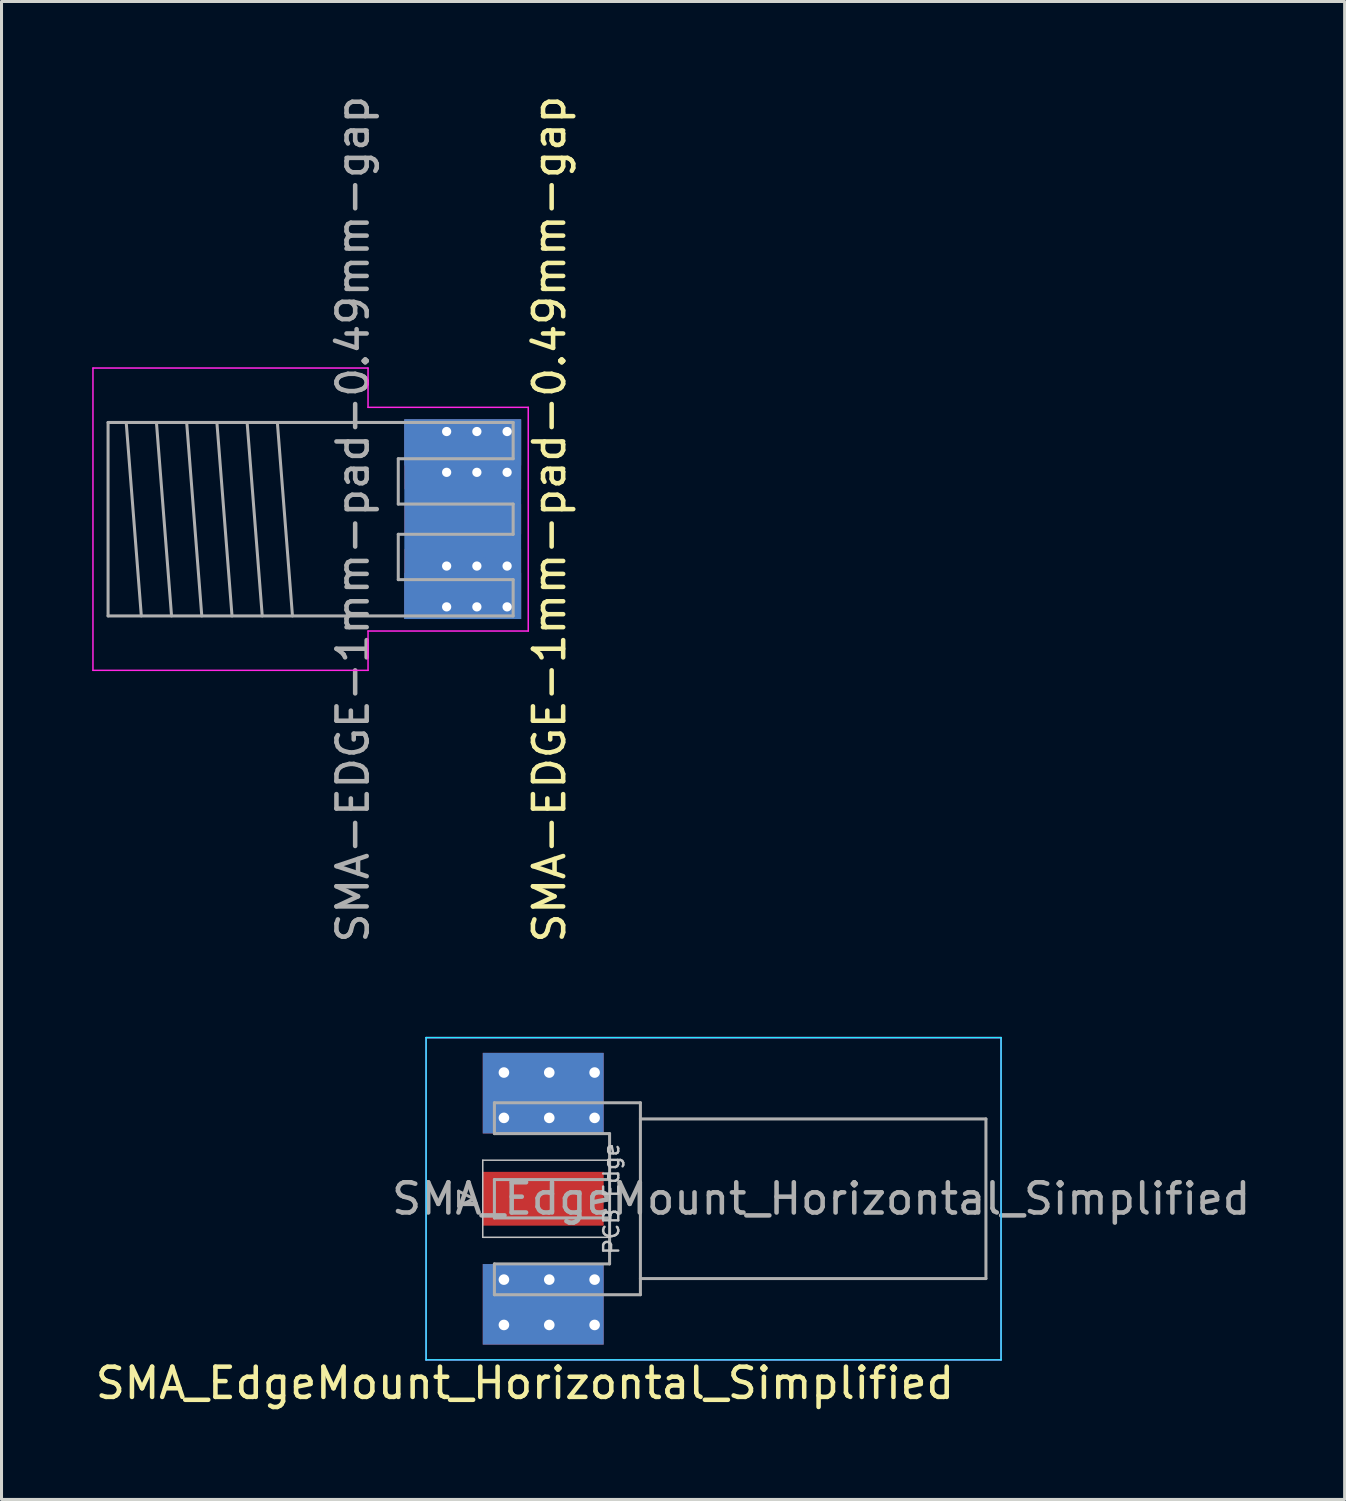
<source format=kicad_pcb>
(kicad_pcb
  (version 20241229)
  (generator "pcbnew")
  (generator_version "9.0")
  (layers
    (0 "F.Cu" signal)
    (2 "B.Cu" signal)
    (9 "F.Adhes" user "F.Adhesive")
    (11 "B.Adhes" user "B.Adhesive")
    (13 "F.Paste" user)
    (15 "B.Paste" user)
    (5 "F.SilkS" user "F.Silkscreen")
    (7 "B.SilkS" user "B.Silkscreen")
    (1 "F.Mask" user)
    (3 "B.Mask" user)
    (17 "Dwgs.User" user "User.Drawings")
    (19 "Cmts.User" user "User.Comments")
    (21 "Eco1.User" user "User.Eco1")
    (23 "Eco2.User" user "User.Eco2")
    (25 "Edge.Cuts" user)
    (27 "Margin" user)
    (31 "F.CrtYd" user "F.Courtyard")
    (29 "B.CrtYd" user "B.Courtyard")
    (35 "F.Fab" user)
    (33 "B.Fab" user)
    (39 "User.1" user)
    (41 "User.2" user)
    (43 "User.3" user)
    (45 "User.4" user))
  (footprint "SMA_EdgeMount_Horizontal_Simplified"
    (layer "F.Cu")
    (at 17.12 36.605)
    (property "Reference" "SMA_EdgeMount_Horizontal_Simplified" (at -2.805 6.1 0) (layer "F.SilkS") (effects (font (size 1 1) (thickness 0.15))))
    (attr smd)
    (fp_line (start -4.2 -1.275) (end -4.2 1.275) (stroke (width 0.05) (type solid)) (layer "Dwgs.User"))
    (fp_line (start -4.2 1.275) (end 0 1.275) (stroke (width 0.05) (type solid)) (layer "Dwgs.User"))
    (fp_line (start 0 -1.275) (end -4.2 -1.275) (stroke (width 0.05) (type solid)) (layer "Dwgs.User"))
    (fp_line (start 0 1.275) (end 0 -1.275) (stroke (width 0.05) (type solid)) (layer "Dwgs.User"))
    (fp_line (start -6.075 -5.33) (end -6.075 5.33) (stroke (width 0.05) (type solid)) (layer "B.CrtYd"))
    (fp_line (start -6.075 -5.33) (end 12.945 -5.33) (stroke (width 0.05) (type solid)) (layer "B.CrtYd"))
    (fp_line (start 12.945 -5.33) (end 12.945 5.33) (stroke (width 0.05) (type solid)) (layer "B.CrtYd"))
    (fp_line (start 12.945 5.33) (end -6.075 5.33) (stroke (width 0.05) (type solid)) (layer "B.CrtYd"))
    (fp_line (start -6.075 -5.33) (end -6.075 5.33) (stroke (width 0.05) (type solid)) (layer "F.CrtYd"))
    (fp_line (start -6.075 -5.33) (end 12.945 -5.33) (stroke (width 0.05) (type solid)) (layer "F.CrtYd"))
    (fp_line (start 12.945 -5.33) (end 12.945 5.33) (stroke (width 0.05) (type solid)) (layer "F.CrtYd"))
    (fp_line (start 12.945 5.33) (end -6.075 5.33) (stroke (width 0.05) (type solid)) (layer "F.CrtYd"))
    (fp_line (start -5 -0.25) (end -4.5 0) (stroke (width 0.1) (type solid)) (layer "F.Fab"))
    (fp_line (start -5 0.25) (end -5 -0.25) (stroke (width 0.1) (type solid)) (layer "F.Fab"))
    (fp_line (start -4.5 0) (end -5 0.25) (stroke (width 0.1) (type solid)) (layer "F.Fab"))
    (fp_line (start -3.815 -3.175) (end -3.815 -2.155) (stroke (width 0.1) (type solid)) (layer "F.Fab"))
    (fp_line (start -3.815 -3.175) (end 1.015 -3.175) (stroke (width 0.1) (type solid)) (layer "F.Fab"))
    (fp_line (start -3.815 -0.635) (end -3.815 0.635) (stroke (width 0.1) (type solid)) (layer "F.Fab"))
    (fp_line (start -3.815 3.175) (end -3.815 2.155) (stroke (width 0.1) (type solid)) (layer "F.Fab"))
    (fp_line (start -0.005 -2.155) (end -3.815 -2.155) (stroke (width 0.1) (type solid)) (layer "F.Fab"))
    (fp_line (start -0.005 -2.155) (end -0.005 2.155) (stroke (width 0.1) (type solid)) (layer "F.Fab"))
    (fp_line (start -0.005 -0.635) (end -3.815 -0.635) (stroke (width 0.1) (type solid)) (layer "F.Fab"))
    (fp_line (start -0.005 0.635) (end -3.815 0.635) (stroke (width 0.1) (type solid)) (layer "F.Fab"))
    (fp_line (start -0.005 2.155) (end -3.815 2.155) (stroke (width 0.1) (type solid)) (layer "F.Fab"))
    (fp_line (start 1.015 -3.175) (end 1.015 3.175) (stroke (width 0.1) (type solid)) (layer "F.Fab"))
    (fp_line (start 1.015 3.175) (end -3.815 3.175) (stroke (width 0.1) (type solid)) (layer "F.Fab"))
    (fp_line (start 12.445 -2.64) (end 1.015 -2.64) (stroke (width 0.1) (type solid)) (layer "F.Fab"))
    (fp_line (start 12.445 -2.64) (end 12.445 2.64) (stroke (width 0.1) (type solid)) (layer "F.Fab"))
    (fp_line (start 12.445 2.64) (end 1.015 2.64) (stroke (width 0.1) (type solid)) (layer "F.Fab"))
    (fp_text user "PCB Edge" (at 0.055 0 270) (layer "Dwgs.User") (effects (font (size 0.5 0.5) (thickness 0.08))))
    (fp_text user "${REFERENCE}" (at 6.995 0 0) (layer "F.Fab") (effects (font (size 1 1) (thickness 0.15))))
    (pad "1" smd rect (at -2.2 0) (size 4 1.78) (layers "F.Cu" "F.Mask" "F.Paste"))
    (pad "2" thru_hole circle (at -3.5 -4.175) (size 0.55 0.55) (drill 0.35) (layers "*.Cu" "*.Mask"))
    (pad "2" thru_hole circle (at -3.5 -2.675) (size 0.55 0.55) (drill 0.35) (layers "*.Cu" "*.Mask"))
    (pad "2" thru_hole circle (at -3.5 2.675) (size 0.55 0.55) (drill 0.35) (layers "*.Cu" "*.Mask"))
    (pad "2" thru_hole circle (at -3.5 4.175) (size 0.55 0.55) (drill 0.35) (layers "*.Cu" "*.Mask"))
    (pad "2" smd rect (at -2.2 -3.493) (size 4 2.665) (layers "F.Cu" "F.Mask" "F.Paste"))
    (pad "2" smd rect (at -2.2 -3.493) (size 4 2.665) (layers "B.Cu" "B.Mask" "B.Paste"))
    (pad "2" smd rect (at -2.2 3.493) (size 4 2.665) (layers "F.Cu" "F.Mask" "F.Paste"))
    (pad "2" smd rect (at -2.2 3.493) (size 4 2.665) (layers "B.Cu" "B.Mask" "B.Paste"))
    (pad "2" thru_hole circle (at -2 -4.175) (size 0.55 0.55) (drill 0.35) (layers "*.Cu" "*.Mask"))
    (pad "2" thru_hole circle (at -2 -2.675) (size 0.55 0.55) (drill 0.35) (layers "*.Cu" "*.Mask"))
    (pad "2" thru_hole circle (at -2 2.675) (size 0.55 0.55) (drill 0.35) (layers "*.Cu" "*.Mask"))
    (pad "2" thru_hole circle (at -2 4.175) (size 0.55 0.55) (drill 0.35) (layers "*.Cu" "*.Mask"))
    (pad "2" thru_hole circle (at -0.5 -4.175) (size 0.55 0.55) (drill 0.35) (layers "*.Cu" "*.Mask"))
    (pad "2" thru_hole circle (at -0.5 -2.675) (size 0.55 0.55) (drill 0.35) (layers "*.Cu" "*.Mask"))
    (pad "2" thru_hole circle (at -0.5 2.675) (size 0.55 0.55) (drill 0.35) (layers "*.Cu" "*.Mask"))
    (pad "2" thru_hole circle (at -0.5 4.175) (size 0.55 0.55) (drill 0.35) (layers "*.Cu" "*.Mask")))
  (footprint "SMA-EDGE-1mm-pad-0.49mm-gap"
    (layer "F.Cu")
    (at 10.125 14.125)
    (property "Reference" "SMA-EDGE-1mm-pad-0.49mm-gap" (at 5 0 90) (layer "F.SilkS") (effects (font (size 1 1) (thickness 0.15))))
    (attr through_hole)
    (fp_line (start -10.1 -5) (end -10.1 5) (stroke (width 0.05) (type solid)) (layer "F.CrtYd"))
    (fp_line (start -10.1 -5) (end -1 -5) (stroke (width 0.05) (type solid)) (layer "F.CrtYd"))
    (fp_line (start -10.1 5) (end -1 5) (stroke (width 0.05) (type solid)) (layer "F.CrtYd"))
    (fp_line (start -1 -5) (end -1 -3.7) (stroke (width 0.05) (type solid)) (layer "F.CrtYd"))
    (fp_line (start -1 3.7) (end 4.3 3.7) (stroke (width 0.05) (type solid)) (layer "F.CrtYd"))
    (fp_line (start -1 5) (end -1 3.7) (stroke (width 0.05) (type solid)) (layer "F.CrtYd"))
    (fp_line (start 4.3 -3.7) (end -1 -3.7) (stroke (width 0.05) (type solid)) (layer "F.CrtYd"))
    (fp_line (start 4.3 3.7) (end 4.3 -3.7) (stroke (width 0.05) (type solid)) (layer "F.CrtYd"))
    (fp_line (start -9.6 -3.2) (end 3.8 -3.2) (stroke (width 0.1) (type solid)) (layer "F.Fab"))
    (fp_line (start -9.6 3.2) (end -9.6 -3.2) (stroke (width 0.1) (type solid)) (layer "F.Fab"))
    (fp_line (start -9.6 3.2) (end 3.8 3.2) (stroke (width 0.1) (type solid)) (layer "F.Fab"))
    (fp_line (start -9 -3.2) (end -8.5 3.2) (stroke (width 0.1) (type solid)) (layer "F.Fab"))
    (fp_line (start -8 -3.2) (end -7.5 3.2) (stroke (width 0.1) (type solid)) (layer "F.Fab"))
    (fp_line (start -7 -3.2) (end -6.5 3.2) (stroke (width 0.1) (type solid)) (layer "F.Fab"))
    (fp_line (start -6 -3.2) (end -5.5 3.2) (stroke (width 0.1) (type solid)) (layer "F.Fab"))
    (fp_line (start -5 -3.2) (end -4.5 3.2) (stroke (width 0.1) (type solid)) (layer "F.Fab"))
    (fp_line (start -4 -3.2) (end -3.5 3.2) (stroke (width 0.1) (type solid)) (layer "F.Fab"))
    (fp_line (start 0 -2) (end 3.8 -2) (stroke (width 0.1) (type solid)) (layer "F.Fab"))
    (fp_line (start 0 -0.5) (end 0 -2) (stroke (width 0.1) (type solid)) (layer "F.Fab"))
    (fp_line (start 0 0.5) (end 3.8 0.5) (stroke (width 0.1) (type solid)) (layer "F.Fab"))
    (fp_line (start 0 2) (end 0 0.5) (stroke (width 0.1) (type solid)) (layer "F.Fab"))
    (fp_line (start 3.8 -2) (end 3.8 -3.2) (stroke (width 0.1) (type solid)) (layer "F.Fab"))
    (fp_line (start 3.8 -0.5) (end 0 -0.5) (stroke (width 0.1) (type solid)) (layer "F.Fab"))
    (fp_line (start 3.8 0.5) (end 3.8 -0.5) (stroke (width 0.1) (type solid)) (layer "F.Fab"))
    (fp_line (start 3.8 2) (end 0 2) (stroke (width 0.1) (type solid)) (layer "F.Fab"))
    (fp_line (start 3.8 3.2) (end 3.8 2) (stroke (width 0.1) (type solid)) (layer "F.Fab"))
    (fp_text user "${REFERENCE}" (at -1.5 0 90) (layer "F.Fab") (effects (font (size 1 1) (thickness 0.15))))
    (pad "1" smd rect (at 2.132 0) (size 3.864 1) (layers "F.Cu" "F.Mask"))
    (pad "2" thru_hole circle (at 1.6 -2.9) (size 0.762 0.762) (drill 0.305) (layers "*.Cu" "*.Mask"))
    (pad "2" thru_hole circle (at 1.6 -1.55) (size 0.762 0.762) (drill 0.305) (layers "*.Cu" "*.Mask"))
    (pad "2" thru_hole circle (at 1.6 1.55) (size 0.762 0.762) (drill 0.305) (layers "*.Cu" "*.Mask"))
    (pad "2" thru_hole circle (at 1.6 2.9) (size 0.762 0.762) (drill 0.305) (layers "*.Cu" "*.Mask"))
    (pad "2" smd rect (at 2.132 -2.54) (size 3.864 1.524) (layers "B.Cu" "B.Mask"))
    (pad "2" smd rect (at 2.132 -2.146) (size 3.864 2.312) (layers "F.Cu" "F.Mask"))
    (pad "2" smd rect (at 2.132 0) (size 3.864 6.604) (layers "B.Cu"))
    (pad "2" smd rect (at 2.132 2.146) (size 3.864 2.312) (layers "F.Cu" "F.Mask"))
    (pad "2" smd rect (at 2.132 2.54) (size 3.864 1.524) (layers "B.Cu" "B.Mask"))
    (pad "2" thru_hole circle (at 2.6 -2.9) (size 0.762 0.762) (drill 0.305) (layers "*.Cu" "*.Mask"))
    (pad "2" thru_hole circle (at 2.6 -1.55) (size 0.762 0.762) (drill 0.305) (layers "*.Cu" "*.Mask"))
    (pad "2" thru_hole circle (at 2.6 1.55) (size 0.762 0.762) (drill 0.305) (layers "*.Cu" "*.Mask"))
    (pad "2" thru_hole circle (at 2.6 2.9) (size 0.762 0.762) (drill 0.305) (layers "*.Cu" "*.Mask"))
    (pad "2" thru_hole circle (at 3.6 -2.9) (size 0.762 0.762) (drill 0.305) (layers "*.Cu" "*.Mask"))
    (pad "2" thru_hole circle (at 3.6 -1.55) (size 0.762 0.762) (drill 0.305) (layers "*.Cu" "*.Mask"))
    (pad "2" thru_hole circle (at 3.6 1.55) (size 0.762 0.762) (drill 0.305) (layers "*.Cu" "*.Mask"))
    (pad "2" thru_hole circle (at 3.6 2.9) (size 0.762 0.762) (drill 0.305) (layers "*.Cu" "*.Mask"))
    (zone (net_name "") (layer "In1.Cu") (name "SMA keepout") (hatch edge 0.508) (connect_pads) (min_thickness 0.254) (filled_areas_thickness no) (keepout (tracks not_allowed) (vias not_allowed) (pads not_allowed) (copperpour not_allowed) (footprints not_allowed)) (placement (enabled no)) (fill) (polygon (pts (xy 14.185 15.265) (xy 10.125 15.265) (xy 10.125 12.985) (xy 14.185 12.985)))))
  (gr_rect
    (start -3 -3)
    (end 41.431 46.553)
    (stroke (width 0.1) (type default))
    (fill no)
    (layer "Edge.Cuts")))
</source>
